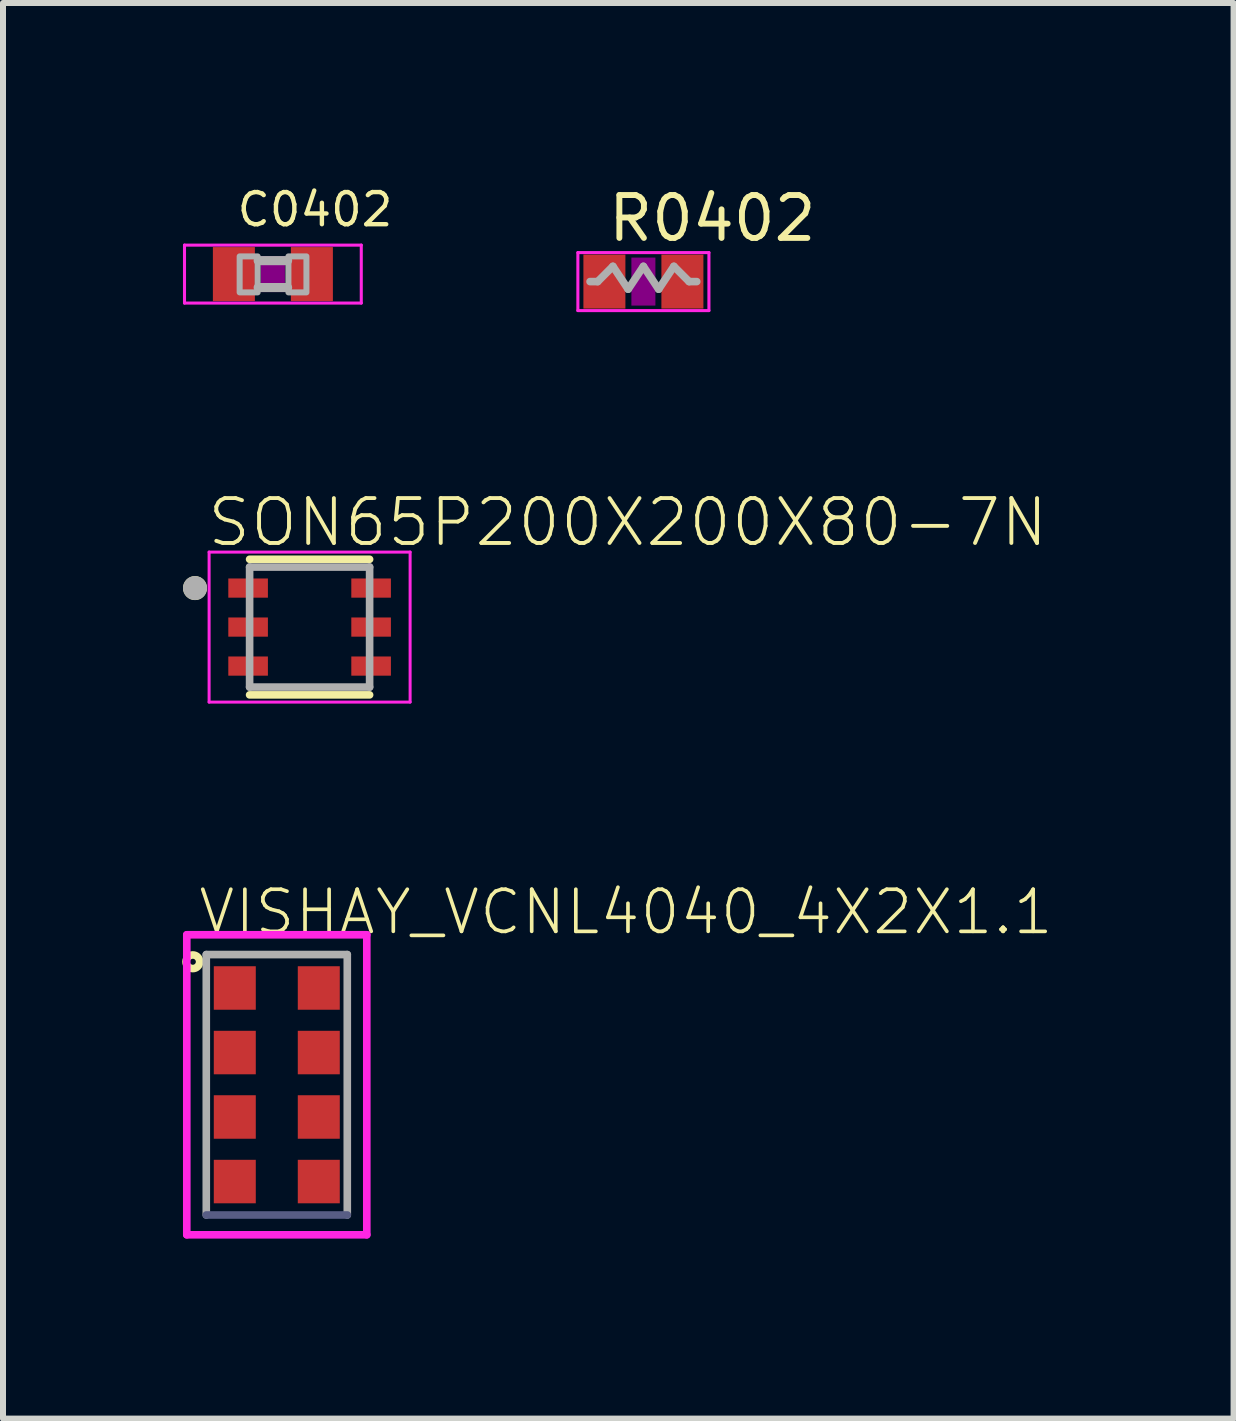
<source format=kicad_pcb>
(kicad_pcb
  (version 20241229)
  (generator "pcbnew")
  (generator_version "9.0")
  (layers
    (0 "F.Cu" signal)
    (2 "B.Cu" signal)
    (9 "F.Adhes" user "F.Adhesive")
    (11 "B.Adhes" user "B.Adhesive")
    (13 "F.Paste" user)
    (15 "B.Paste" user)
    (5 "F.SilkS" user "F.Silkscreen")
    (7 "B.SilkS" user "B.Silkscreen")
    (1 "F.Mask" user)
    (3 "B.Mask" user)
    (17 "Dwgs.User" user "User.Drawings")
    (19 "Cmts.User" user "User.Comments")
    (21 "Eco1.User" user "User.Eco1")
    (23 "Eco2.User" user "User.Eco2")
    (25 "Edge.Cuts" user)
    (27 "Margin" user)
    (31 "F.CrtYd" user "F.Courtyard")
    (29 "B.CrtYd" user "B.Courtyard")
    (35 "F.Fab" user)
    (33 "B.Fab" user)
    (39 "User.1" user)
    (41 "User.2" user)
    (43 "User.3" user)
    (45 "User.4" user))
  (footprint "SON65P200X200X80-7N"
    (layer "F.Cu")
    (at 2.11 7.401)
    (property "Reference" "SON65P200X200X80-7N" (at -1.74 -1.307 0) (layer "F.SilkS") (effects (font (size 0.748 0.748) (thickness 0.065)) (justify left bottom)))
    (fp_line (start -1 -1.13) (end 1 -1.13) (stroke (width 0.127) (type solid)) (layer "F.SilkS"))
    (fp_line (start -1 1.13) (end 1 1.13) (stroke (width 0.127) (type solid)) (layer "F.SilkS"))
    (fp_circle (center -1.91 -0.65) (end -1.81 -0.65) (stroke (width 0.2) (type solid)) (fill no) (layer "F.SilkS"))
    (fp_line (start -1.675 -1.25) (end -1.675 1.25) (stroke (width 0.05) (type solid)) (layer "F.CrtYd"))
    (fp_line (start -1.675 -1.25) (end 1.675 -1.25) (stroke (width 0.05) (type solid)) (layer "F.CrtYd"))
    (fp_line (start -1.675 1.25) (end 1.675 1.25) (stroke (width 0.05) (type solid)) (layer "F.CrtYd"))
    (fp_line (start 1.675 -1.25) (end 1.675 1.25) (stroke (width 0.05) (type solid)) (layer "F.CrtYd"))
    (fp_line (start -1 -1) (end -1 1) (stroke (width 0.127) (type solid)) (layer "F.Fab"))
    (fp_line (start -1 -1) (end 1 -1) (stroke (width 0.127) (type solid)) (layer "F.Fab"))
    (fp_line (start -1 1) (end 1 1) (stroke (width 0.127) (type solid)) (layer "F.Fab"))
    (fp_line (start 1 -1) (end 1 1) (stroke (width 0.127) (type solid)) (layer "F.Fab"))
    (fp_circle (center -1.91 -0.65) (end -1.81 -0.65) (stroke (width 0.2) (type solid)) (fill no) (layer "F.Fab"))
    (pad "1" smd rect (at -1.025 -0.65) (size 0.66 0.32) (layers "F.Cu" "F.Mask" "F.Paste"))
    (pad "2" smd rect (at -1.025 0) (size 0.66 0.32) (layers "F.Cu" "F.Mask" "F.Paste"))
    (pad "3" smd rect (at -1.025 0.65) (size 0.66 0.32) (layers "F.Cu" "F.Mask" "F.Paste"))
    (pad "4" smd rect (at 1.025 0.65) (size 0.66 0.32) (layers "F.Cu" "F.Mask" "F.Paste"))
    (pad "5" smd rect (at 1.025 0) (size 0.66 0.32) (layers "F.Cu" "F.Mask" "F.Paste"))
    (pad "6" smd rect (at 1.025 -0.65) (size 0.66 0.32) (layers "F.Cu" "F.Mask" "F.Paste")))
  (footprint "VISHAY_VCNL4040_4X2X1.1"
    (layer "F.Cu")
    (at 1.563 15.029)
    (property "Reference" "VISHAY_VCNL4040_4X2X1.1" (at -1.341 -2.468 0) (layer "F.SilkS") (effects (font (size 0.702 0.702) (thickness 0.061)) (justify left bottom)))
    (fp_circle (center -1.399 -2.05) (end -1.349 -2.05) (stroke (width 0.127) (type solid)) (fill no) (layer "F.SilkS"))
    (fp_line (start -1.5 -2.5) (end 1.5 -2.5) (stroke (width 0.127) (type solid)) (layer "F.CrtYd"))
    (fp_line (start -1.5 2.5) (end -1.5 -2.5) (stroke (width 0.127) (type solid)) (layer "F.CrtYd"))
    (fp_line (start 1.5 -2.5) (end 1.5 2.5) (stroke (width 0.127) (type solid)) (layer "F.CrtYd"))
    (fp_line (start 1.5 2.5) (end -1.5 2.5) (stroke (width 0.127) (type solid)) (layer "F.CrtYd"))
    (fp_line (start 1.175 2.17) (end -1.175 2.17) (stroke (width 0.127) (type solid)) (layer "B.Fab"))
    (fp_line (start -1.175 -2.17) (end 1.175 -2.17) (stroke (width 0.127) (type solid)) (layer "F.Fab"))
    (fp_line (start -1.175 2.17) (end -1.175 -2.17) (stroke (width 0.127) (type solid)) (layer "F.Fab"))
    (fp_line (start 1.175 -2.17) (end 1.175 2.17) (stroke (width 0.127) (type solid)) (layer "F.Fab"))
    (pad "1" smd rect (at -0.7 -1.613) (size 0.7 0.725) (layers "F.Cu" "F.Mask" "F.Paste"))
    (pad "2" smd rect (at -0.7 -0.537) (size 0.7 0.725) (layers "F.Cu" "F.Mask" "F.Paste"))
    (pad "3" smd rect (at -0.7 0.537) (size 0.7 0.725) (layers "F.Cu" "F.Mask" "F.Paste"))
    (pad "4" smd rect (at -0.7 1.613) (size 0.7 0.725) (layers "F.Cu" "F.Mask" "F.Paste"))
    (pad "5" smd rect (at 0.7 1.613) (size 0.7 0.725) (layers "F.Cu" "F.Mask" "F.Paste"))
    (pad "6" smd rect (at 0.7 0.537) (size 0.7 0.725) (layers "F.Cu" "F.Mask" "F.Paste"))
    (pad "7" smd rect (at 0.7 -0.537) (size 0.7 0.725) (layers "F.Cu" "F.Mask" "F.Paste"))
    (pad "8" smd rect (at 0.7 -1.613) (size 0.7 0.725) (layers "F.Cu" "F.Mask" "F.Paste")))
  (footprint "C0402"
    (layer "F.Cu")
    (at 1.498 1.518)
    (property "Reference" "C0402" (at -0.635 -0.762 0) (layer "F.SilkS") (effects (font (size 0.536 0.536) (thickness 0.073)) (justify left bottom)))
    (fp_poly (pts (xy -0.2 0.3) (xy 0.2 0.3) (xy 0.2 -0.3) (xy -0.2 -0.3)) (stroke (width 0) (type solid)) (fill yes) (layer "F.Adhes"))
    (fp_line (start -1.473 -0.483) (end 1.473 -0.483) (stroke (width 0.051) (type solid)) (layer "F.CrtYd"))
    (fp_line (start -1.473 0.483) (end -1.473 -0.483) (stroke (width 0.051) (type solid)) (layer "F.CrtYd"))
    (fp_line (start 1.473 -0.483) (end 1.473 0.483) (stroke (width 0.051) (type solid)) (layer "F.CrtYd"))
    (fp_line (start 1.473 0.483) (end -1.473 0.483) (stroke (width 0.051) (type solid)) (layer "F.CrtYd"))
    (fp_line (start -0.245 -0.224) (end 0.245 -0.224) (stroke (width 0.152) (type solid)) (layer "F.Fab"))
    (fp_line (start 0.245 0.224) (end -0.245 0.224) (stroke (width 0.152) (type solid)) (layer "F.Fab"))
    (fp_poly (pts (xy -0.554 0.305) (xy -0.254 0.305) (xy -0.254 -0.295) (xy -0.554 -0.295)) (stroke (width 0.1) (type solid)) (fill no) (layer "F.Fab"))
    (fp_poly (pts (xy 0.259 0.305) (xy 0.559 0.305) (xy 0.559 -0.295) (xy 0.259 -0.295)) (stroke (width 0.1) (type solid)) (fill no) (layer "F.Fab"))
    (pad "1" smd rect (at -0.65 0) (size 0.7 0.9) (layers "F.Cu" "F.Mask" "F.Paste"))
    (pad "2" smd rect (at 0.65 0) (size 0.7 0.9) (layers "F.Cu" "F.Mask" "F.Paste")))
  (footprint "R0402"
    (layer "F.Cu")
    (at 7.673 1.643)
    (property "Reference" "R0402" (at -0.635 -0.635 0) (layer "F.SilkS") (effects (font (size 0.715 0.715) (thickness 0.098)) (justify left bottom)))
    (fp_poly (pts (xy -0.2 0.4) (xy 0.2 0.4) (xy 0.2 -0.4) (xy -0.2 -0.4)) (stroke (width 0) (type solid)) (fill yes) (layer "F.Adhes"))
    (fp_line (start -1.092 -0.483) (end 1.092 -0.483) (stroke (width 0.051) (type solid)) (layer "F.CrtYd"))
    (fp_line (start -1.092 0.483) (end -1.092 -0.483) (stroke (width 0.051) (type solid)) (layer "F.CrtYd"))
    (fp_line (start 1.092 -0.483) (end 1.092 0.483) (stroke (width 0.051) (type solid)) (layer "F.CrtYd"))
    (fp_line (start 1.092 0.483) (end -1.092 0.483) (stroke (width 0.051) (type solid)) (layer "F.CrtYd"))
    (fp_line (start -0.762 0) (end -0.889 0) (stroke (width 0.127) (type solid)) (layer "F.Fab"))
    (fp_line (start -0.508 -0.254) (end -0.762 0) (stroke (width 0.127) (type solid)) (layer "F.Fab"))
    (fp_line (start -0.508 -0.254) (end -0.254 0.127) (stroke (width 0.127) (type solid)) (layer "F.Fab"))
    (fp_line (start -0.254 0.127) (end 0 -0.254) (stroke (width 0.127) (type solid)) (layer "F.Fab"))
    (fp_line (start 0 -0.254) (end 0.254 0.127) (stroke (width 0.127) (type solid)) (layer "F.Fab"))
    (fp_line (start 0.254 0.127) (end 0.508 -0.254) (stroke (width 0.127) (type solid)) (layer "F.Fab"))
    (fp_line (start 0.508 -0.254) (end 0.762 0) (stroke (width 0.127) (type solid)) (layer "F.Fab"))
    (fp_line (start 0.762 0) (end 0.889 0) (stroke (width 0.127) (type solid)) (layer "F.Fab"))
    (pad "1" smd rect (at -0.65 0) (size 0.7 0.9) (layers "F.Cu" "F.Mask" "F.Paste"))
    (pad "2" smd rect (at 0.65 0) (size 0.7 0.9) (layers "F.Cu" "F.Mask" "F.Paste")))
  (gr_rect
    (start -3 -3)
    (end 17.509 20.593)
    (stroke (width 0.1) (type default))
    (fill no)
    (layer "Edge.Cuts")))
</source>
